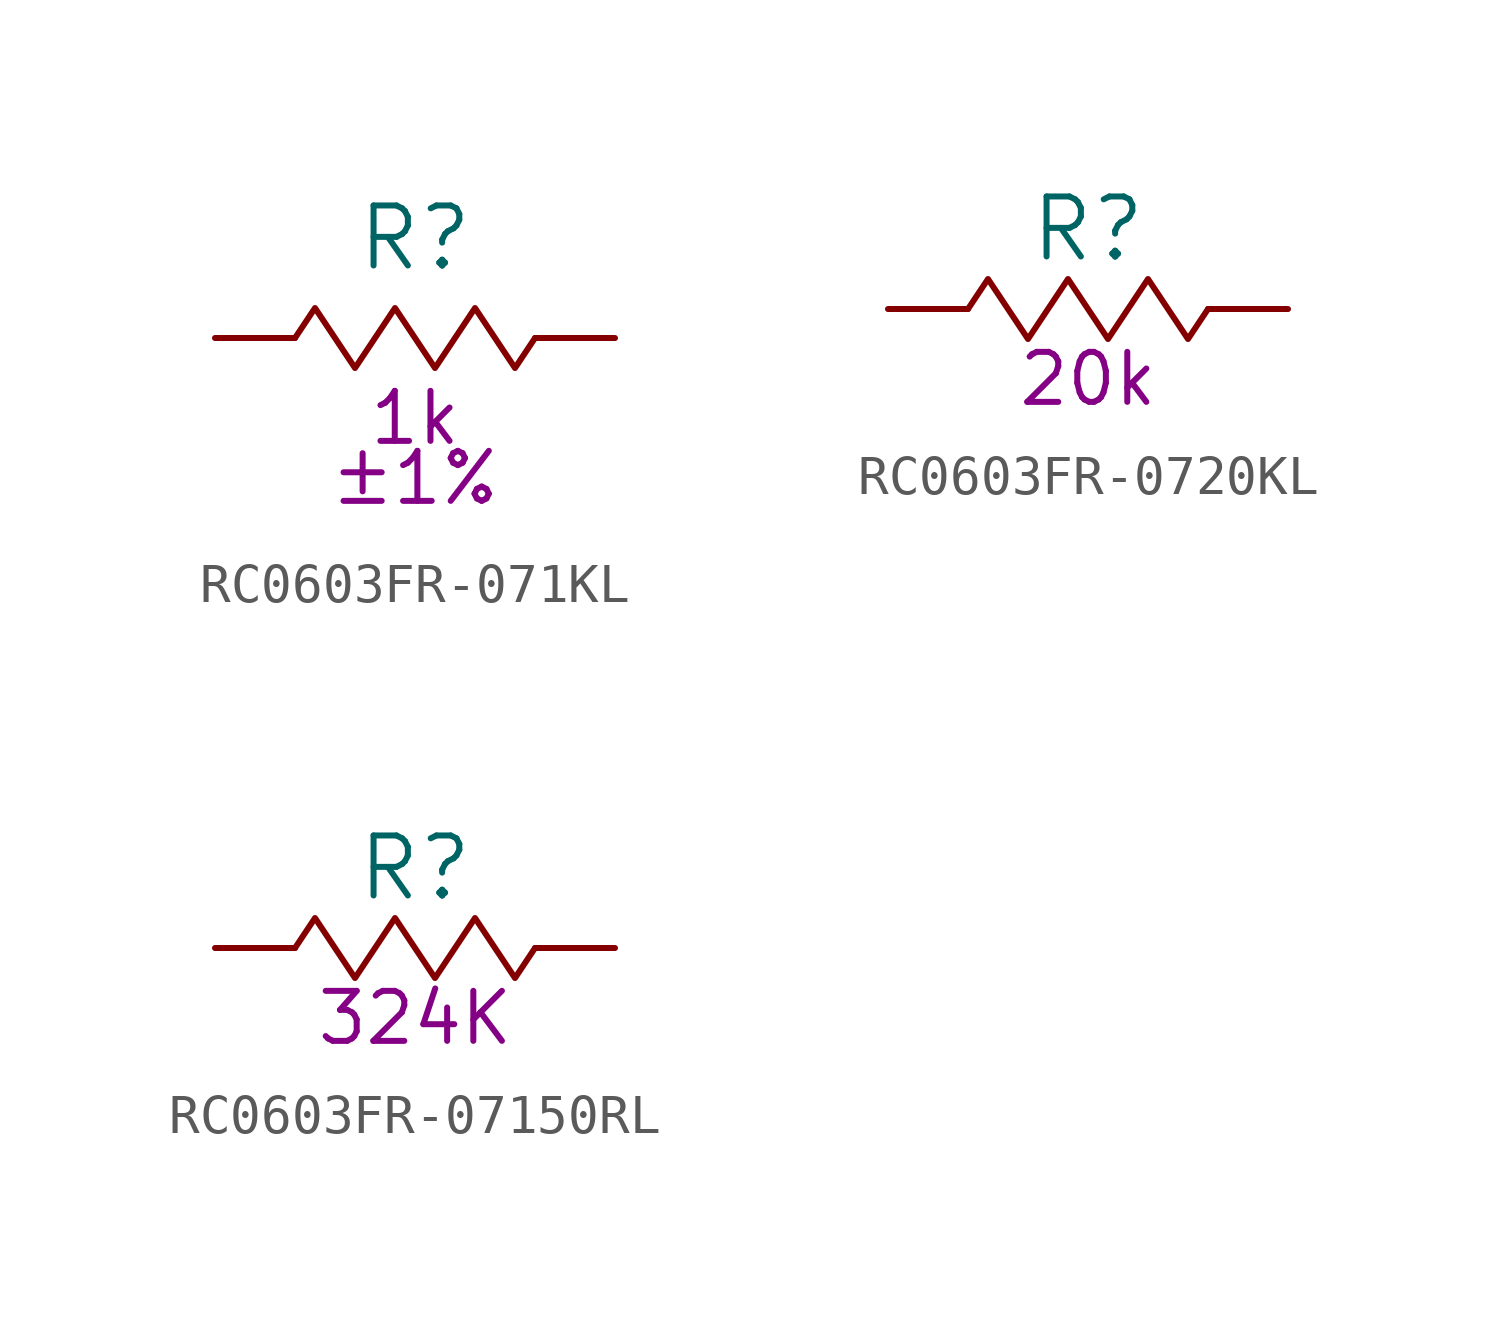
<source format=kicad_sym>
(kicad_symbol_lib
  (version 20231120)
  (generator "kicad_symbol_editor")
  (generator_version "8.0")
  (symbol "RC0603FR-071KL"
    (pin_numbers hide)
    (pin_names
      (offset 0) hide)
    (property "Reference" "R"
      (at 0 2.54 0)
      (effects (font (size 1.524 1.524))))
    (property "Resistance (Ohms)" "1k"
      (at 0 -2.032 0)
      (effects (font (size 1.27 1.27))))
    (property "Tolerance (%)" "±1%"
      (at 0 -3.556 0)
      (effects (font (size 1.27 1.27))))
    (symbol "RC0603FR-071KL_0_1"
      (rectangle (start -3.81 0) (end -3.048 0) (stroke (width 0) (type default)) (fill (type none)))
      (rectangle (start 3.81 0) (end 3.048 0) (stroke (width 0) (type default)) (fill (type none))))
    (symbol "RC0603FR-071KL_1_1"
      (polyline (pts (xy -3.048 0) (xy -2.54 0.762) (xy -2.032 0) (xy -1.524 -0.762) (xy -1.016 0) (xy -0.508 0.762) (xy 0 0) (xy 0.508 -0.762) (xy 1.016 0) (xy 1.524 0.762) (xy 2.032 0) (xy 2.54 -0.762) (xy 3.048 0)) (stroke (width 0) (type default)) (fill (type none)))
      (pin passive line (at -5.08 0 0) (length 1.27) (name "1" (effects (font (size 1.27 1.27)))) (number "1" (effects (font (size 1.27 1.27)))))
      (pin passive line (at 5.08 0 180) (length 1.27) (name "2" (effects (font (size 1.27 1.27)))) (number "2" (effects (font (size 1.27 1.27)))))))
  (symbol "RC0603FR-0720KL"
    (pin_numbers hide)
    (pin_names
      (offset 0) hide)
    (property "Reference" "R"
      (at 0 2.032 0)
      (effects (font (size 1.524 1.524))))
    (property "Resistance (Ohms)" "20k"
      (at 0 -1.778 0)
      (effects (font (size 1.27 1.27))))
    (symbol "RC0603FR-0720KL_0_1"
      (rectangle (start -3.048 0) (end -3.81 0) (stroke (width 0) (type default)) (fill (type none)))
      (polyline (pts (xy -3.048 0) (xy -2.54 0.762) (xy -2.032 0) (xy -1.524 -0.762) (xy -1.016 0) (xy -0.508 0.762) (xy 0 0) (xy 0.508 -0.762) (xy 1.016 0) (xy 1.524 0.762) (xy 2.032 0) (xy 2.54 -0.762) (xy 3.048 0)) (stroke (width 0) (type default)) (fill (type none)))
      (rectangle (start 3.81 0) (end 3.048 0) (stroke (width 0) (type default)) (fill (type none))))
    (symbol "RC0603FR-0720KL_1_1"
      (pin passive line (at -5.08 0 0) (length 1.27) (name "1" (effects (font (size 1.27 1.27)))) (number "1" (effects (font (size 1.27 1.27)))))
      (pin passive line (at 5.08 0 180) (length 1.27) (name "2" (effects (font (size 1.27 1.27)))) (number "2" (effects (font (size 1.27 1.27)))))))
  (symbol "RC0603FR-07150RL"
    (pin_numbers hide)
    (pin_names
      (offset 0) hide)
    (property "Reference" "R"
      (at 0 2.032 0)
      (effects (font (size 1.524 1.524))))
    (property "Resistance (Ohms)" "324K"
      (at 0 -1.778 0)
      (effects (font (size 1.27 1.27))))
    (symbol "RC0603FR-07150RL_0_1"
      (rectangle (start -3.048 0) (end -3.81 0) (stroke (width 0) (type default)) (fill (type none)))
      (polyline (pts (xy -3.048 0) (xy -2.54 0.762) (xy -2.032 0) (xy -1.524 -0.762) (xy -1.016 0) (xy -0.508 0.762) (xy 0 0) (xy 0.508 -0.762) (xy 1.016 0) (xy 1.524 0.762) (xy 2.032 0) (xy 2.54 -0.762) (xy 3.048 0)) (stroke (width 0) (type default)) (fill (type none)))
      (rectangle (start 3.81 0) (end 3.048 0) (stroke (width 0) (type default)) (fill (type none))))
    (symbol "RC0603FR-07150RL_1_1"
      (pin passive line (at -5.08 0 0) (length 1.27) (name "1" (effects (font (size 1.27 1.27)))) (number "1" (effects (font (size 1.27 1.27)))))
      (pin passive line (at 5.08 0 180) (length 1.27) (name "2" (effects (font (size 1.27 1.27)))) (number "2" (effects (font (size 1.27 1.27))))))))
</source>
